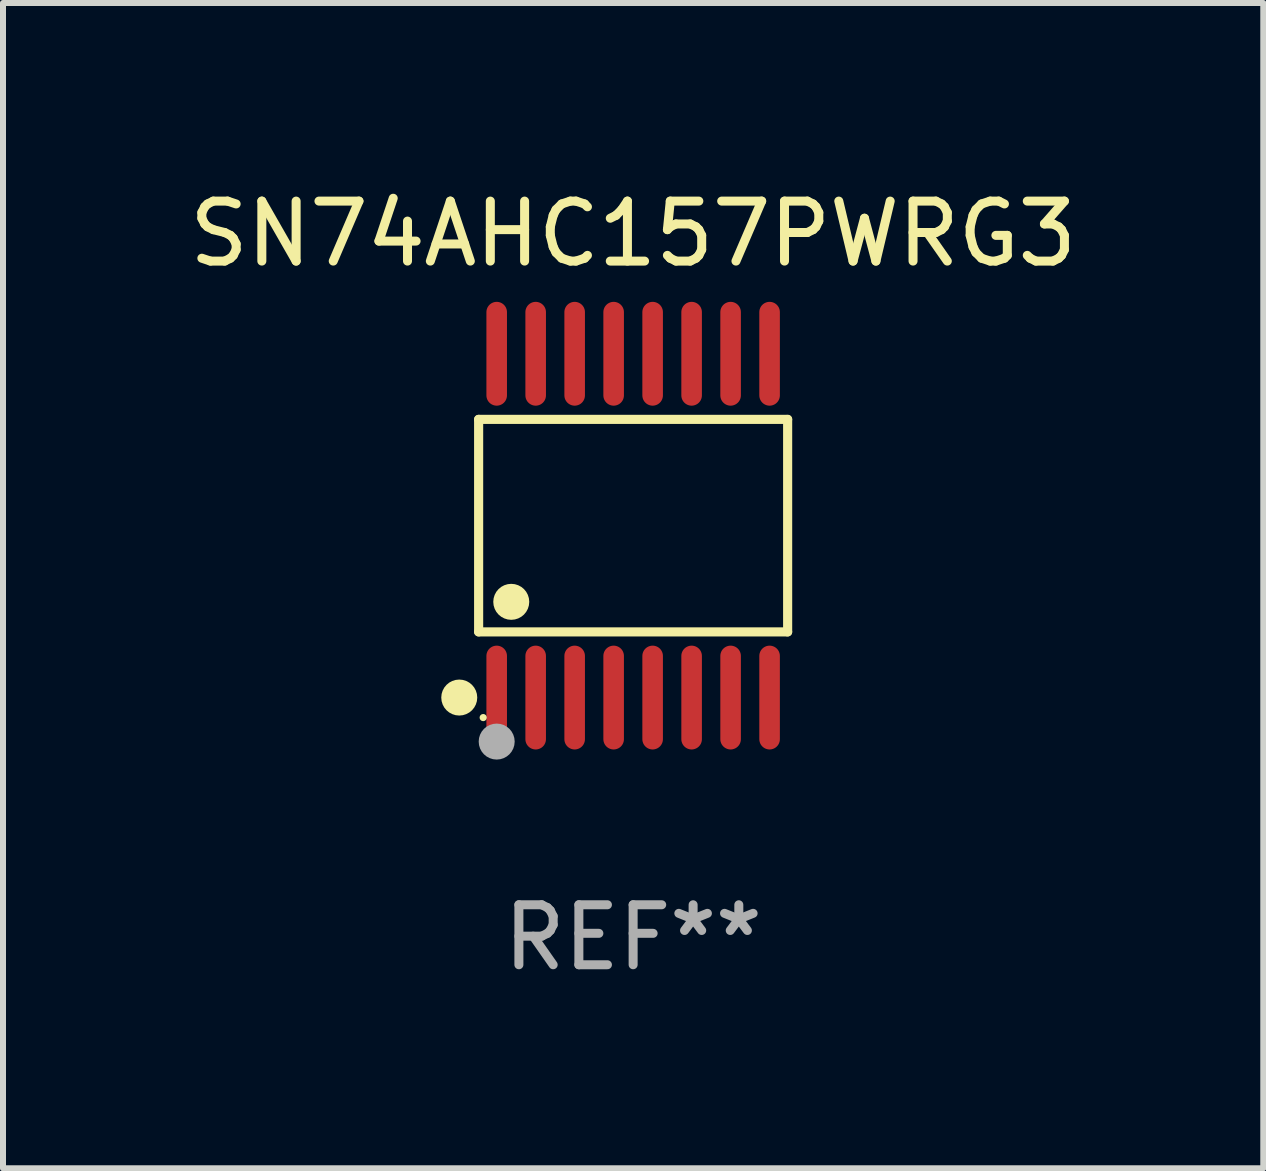
<source format=kicad_pcb>
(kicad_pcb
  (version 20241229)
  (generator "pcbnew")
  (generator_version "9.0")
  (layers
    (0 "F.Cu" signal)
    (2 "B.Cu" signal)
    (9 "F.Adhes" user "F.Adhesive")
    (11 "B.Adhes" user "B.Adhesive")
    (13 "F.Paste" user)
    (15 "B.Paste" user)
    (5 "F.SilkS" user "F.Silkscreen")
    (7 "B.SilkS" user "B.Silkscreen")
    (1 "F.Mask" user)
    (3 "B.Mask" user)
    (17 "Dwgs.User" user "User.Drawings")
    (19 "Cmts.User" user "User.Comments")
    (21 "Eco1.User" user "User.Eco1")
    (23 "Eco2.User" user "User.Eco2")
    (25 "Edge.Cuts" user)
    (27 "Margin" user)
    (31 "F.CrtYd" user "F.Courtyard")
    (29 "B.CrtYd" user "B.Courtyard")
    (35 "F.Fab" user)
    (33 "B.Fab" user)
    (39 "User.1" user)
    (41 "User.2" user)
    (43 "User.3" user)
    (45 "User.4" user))
  (footprint "SN74AHC157PWRG3"
    (layer "F.Cu")
    (at 7.506 5.714)
    (property "Reference" "SN74AHC157PWRG3" (at 0 -4.866 0) (layer "F.SilkS") (effects (font (size 1 1) (thickness 0.15))))
    (attr through_hole)
    (fp_line (start -2.576 -1.772) (end 2.576 -1.772) (stroke (width 0.152) (type solid)) (layer "F.SilkS"))
    (fp_line (start -2.576 1.771) (end -2.576 -1.772) (stroke (width 0.152) (type solid)) (layer "F.SilkS"))
    (fp_line (start 2.576 -1.772) (end 2.576 1.771) (stroke (width 0.152) (type solid)) (layer "F.SilkS"))
    (fp_line (start 2.576 1.771) (end -2.576 1.771) (stroke (width 0.152) (type solid)) (layer "F.SilkS"))
    (fp_circle (center -2.899 2.866) (end -2.749 2.866) (stroke (width 0.3) (type solid)) (fill no) (layer "F.SilkS"))
    (fp_circle (center -2.5 3.2) (end -2.47 3.2) (stroke (width 0.06) (type solid)) (fill no) (layer "F.SilkS"))
    (fp_circle (center -2.032 1.27) (end -1.882 1.27) (stroke (width 0.3) (type solid)) (fill no) (layer "F.SilkS"))
    (fp_circle (center -2.275 3.6) (end -2.125 3.6) (stroke (width 0.3) (type solid)) (fill no) (layer "F.Fab"))
    (fp_text user "REF**" (at 0 6.866 0) (layer "F.Fab") (effects (font (size 1 1) (thickness 0.15))))
    (pad "1" smd oval (at -2.275 2.866) (size 0.343 1.731) (layers "F.Cu" "F.Mask" "F.Paste"))
    (pad "2" smd oval (at -1.625 2.866) (size 0.343 1.731) (layers "F.Cu" "F.Mask" "F.Paste"))
    (pad "3" smd oval (at -0.975 2.866) (size 0.343 1.731) (layers "F.Cu" "F.Mask" "F.Paste"))
    (pad "4" smd oval (at -0.325 2.866) (size 0.343 1.731) (layers "F.Cu" "F.Mask" "F.Paste"))
    (pad "5" smd oval (at 0.325 2.866) (size 0.343 1.731) (layers "F.Cu" "F.Mask" "F.Paste"))
    (pad "6" smd oval (at 0.975 2.866) (size 0.343 1.731) (layers "F.Cu" "F.Mask" "F.Paste"))
    (pad "7" smd oval (at 1.625 2.866) (size 0.343 1.731) (layers "F.Cu" "F.Mask" "F.Paste"))
    (pad "8" smd oval (at 2.275 2.866) (size 0.343 1.731) (layers "F.Cu" "F.Mask" "F.Paste"))
    (pad "9" smd oval (at 2.275 -2.866) (size 0.343 1.731) (layers "F.Cu" "F.Mask" "F.Paste"))
    (pad "10" smd oval (at 1.625 -2.866) (size 0.343 1.731) (layers "F.Cu" "F.Mask" "F.Paste"))
    (pad "11" smd oval (at 0.975 -2.866) (size 0.343 1.731) (layers "F.Cu" "F.Mask" "F.Paste"))
    (pad "12" smd oval (at 0.325 -2.866) (size 0.343 1.731) (layers "F.Cu" "F.Mask" "F.Paste"))
    (pad "13" smd oval (at -0.325 -2.866) (size 0.343 1.731) (layers "F.Cu" "F.Mask" "F.Paste"))
    (pad "14" smd oval (at -0.975 -2.866) (size 0.343 1.731) (layers "F.Cu" "F.Mask" "F.Paste"))
    (pad "15" smd oval (at -1.625 -2.866) (size 0.343 1.731) (layers "F.Cu" "F.Mask" "F.Paste"))
    (pad "16" smd oval (at -2.275 -2.866) (size 0.343 1.731) (layers "F.Cu" "F.Mask" "F.Paste")))
  (gr_rect
    (start -3 -3)
    (end 18.012 16.428)
    (stroke (width 0.1) (type default))
    (fill no)
    (layer "Edge.Cuts")))
</source>
